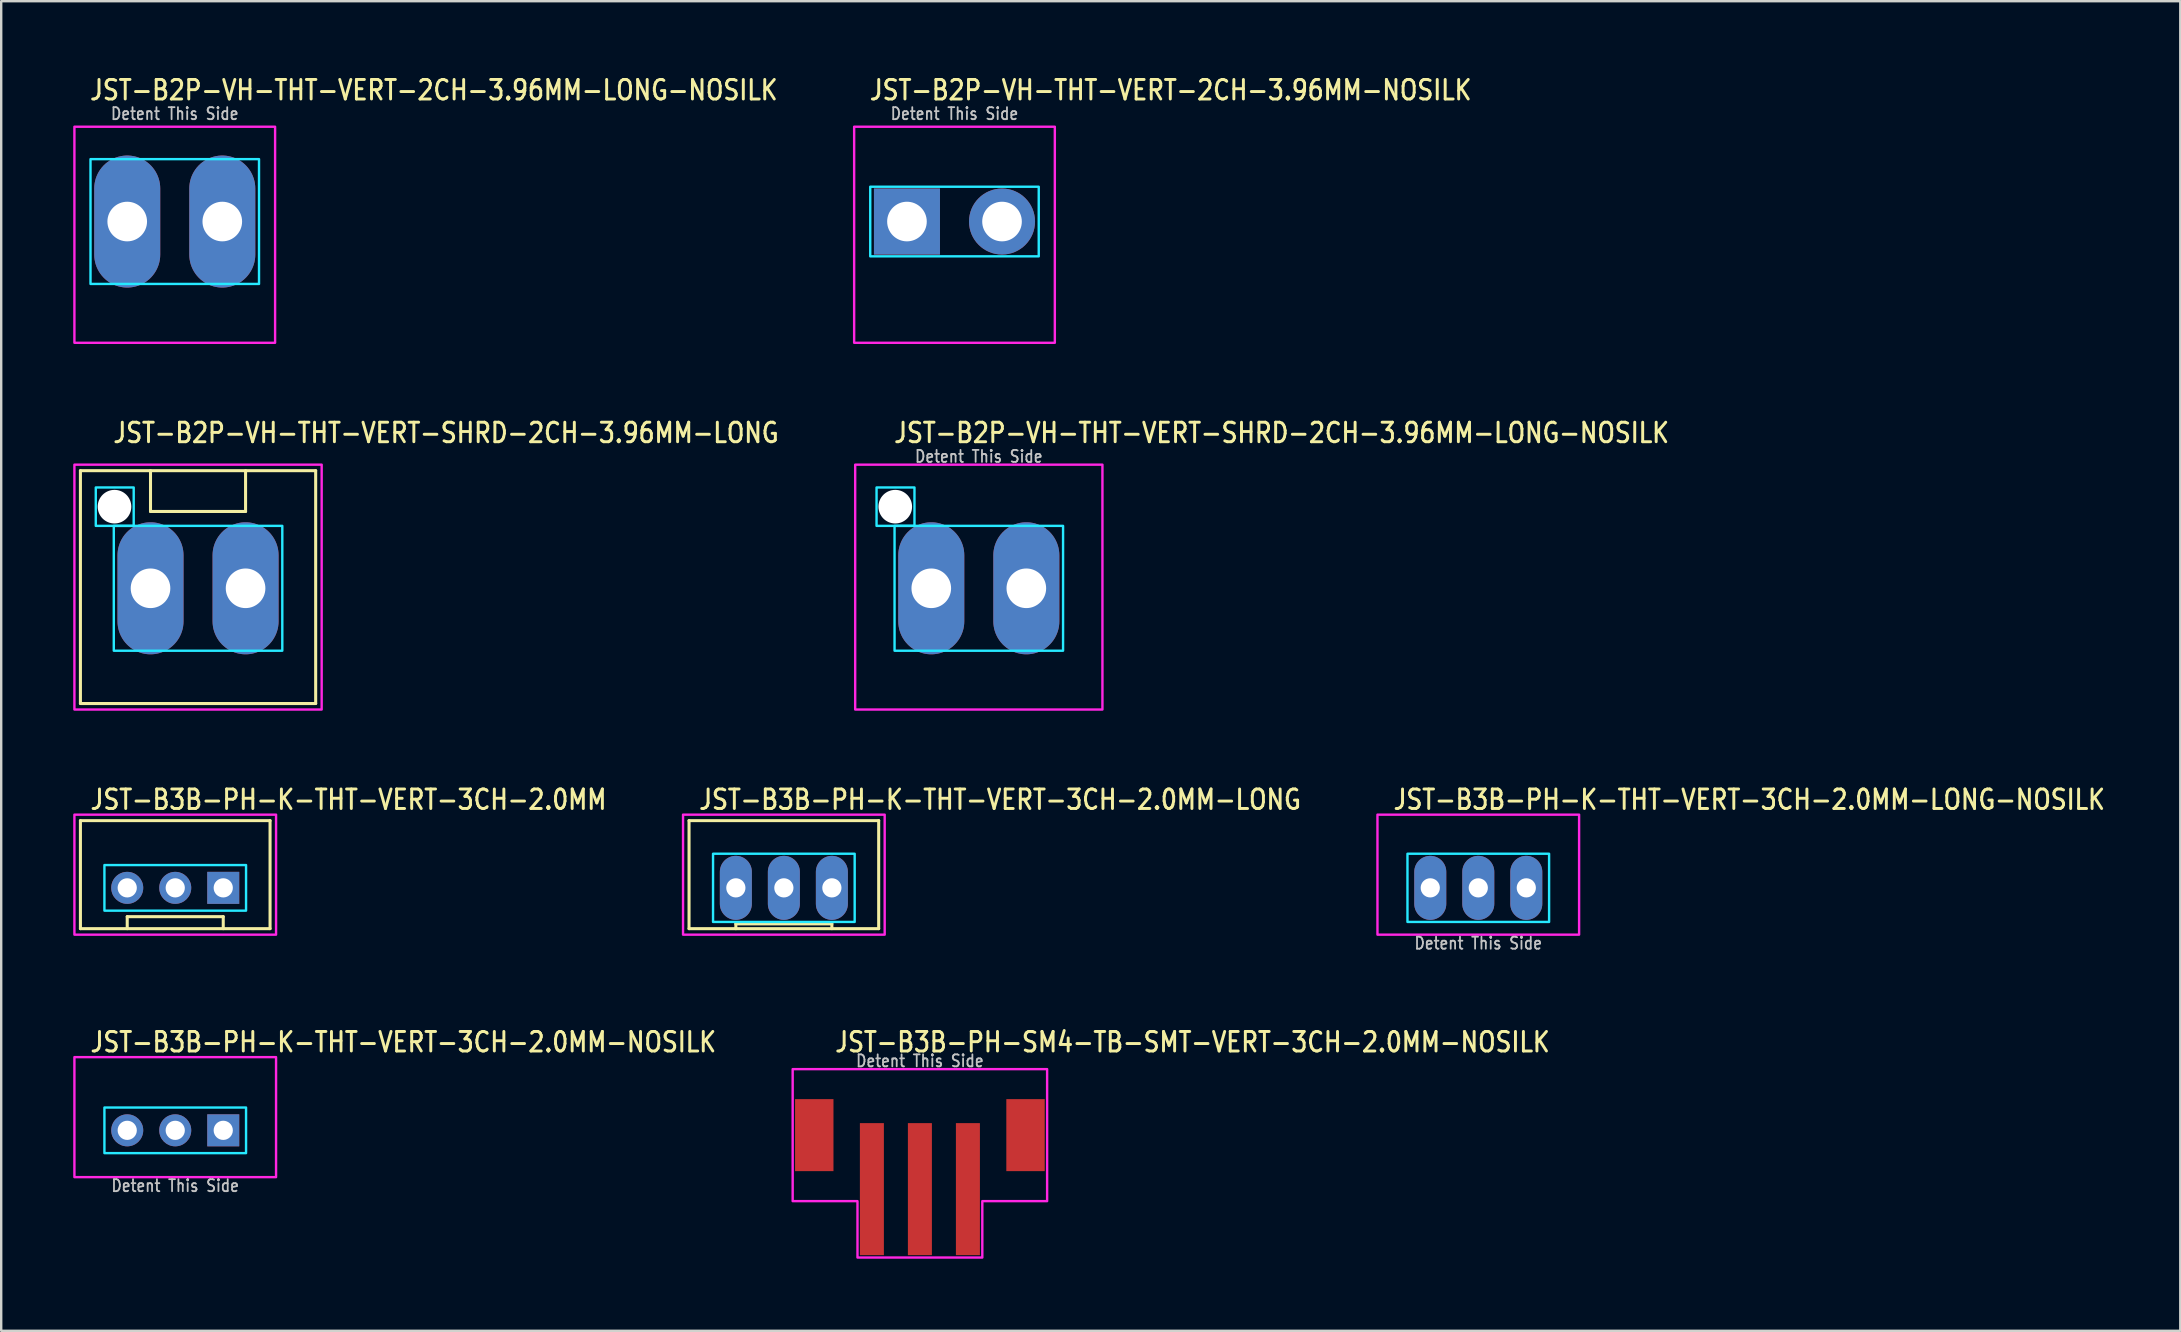
<source format=kicad_pcb>
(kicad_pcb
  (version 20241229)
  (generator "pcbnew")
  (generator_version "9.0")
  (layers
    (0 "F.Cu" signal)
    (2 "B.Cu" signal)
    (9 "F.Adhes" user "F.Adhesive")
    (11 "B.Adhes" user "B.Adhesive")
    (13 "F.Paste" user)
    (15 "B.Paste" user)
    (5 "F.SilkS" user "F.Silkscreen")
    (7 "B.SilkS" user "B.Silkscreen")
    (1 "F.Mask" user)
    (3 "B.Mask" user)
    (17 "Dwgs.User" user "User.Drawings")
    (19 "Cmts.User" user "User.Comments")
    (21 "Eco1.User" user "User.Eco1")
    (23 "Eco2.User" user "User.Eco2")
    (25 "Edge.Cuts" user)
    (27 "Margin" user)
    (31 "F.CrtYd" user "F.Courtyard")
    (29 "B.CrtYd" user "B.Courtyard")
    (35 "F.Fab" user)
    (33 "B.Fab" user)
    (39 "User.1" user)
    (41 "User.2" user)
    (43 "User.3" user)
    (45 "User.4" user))
  (footprint "JST-B3B-PH-K-THT-VERT-3CH-2.0MM-NOSILK"
    (layer "F.Cu")
    (at 4.25 44.037)
    (property "Reference" "JST-B3B-PH-K-THT-VERT-3CH-2.0MM-NOSILK" (at -3.6 -3.2 0) (unlocked yes) (layer "F.SilkS") (effects (font (size 0.813 0.695) (thickness 0.122)) (justify left bottom)))
    (fp_poly (pts (xy -2.95 -0.95) (xy -2.95 0.95) (xy 2.95 0.95) (xy 2.95 -0.95)) (stroke (width 0.1) (type solid)) (fill no) (layer "B.CrtYd"))
    (fp_poly (pts (xy -4.2 1.95) (xy -4.2 -3.05) (xy 4.2 -3.05) (xy 4.2 1.95)) (stroke (width 0.1) (type solid)) (fill no) (layer "F.CrtYd"))
    (fp_text user "Detent This Side" (at 0 2.6 0) (unlocked yes) (layer "Dwgs.User") (effects (font (size 0.5 0.427) (thickness 0.075)) (justify bottom)))
    (pad "P$1" thru_hole rect (at 2 0) (size 1.333 1.333) (drill 0.8) (layers "*.Cu" "*.Mask"))
    (pad "P$2" thru_hole oval (at 0 0) (size 1.333 1.333) (drill 0.8) (layers "*.Cu" "*.Mask"))
    (pad "P$3" thru_hole oval (at -2 0) (size 1.333 1.333) (drill 0.8) (layers "*.Cu" "*.Mask")))
  (footprint "JST-B3B-PH-SM4-TB-SMT-VERT-3CH-2.0MM-NOSILK"
    (layer "F.Cu")
    (at 35.271 44.237)
    (property "Reference" "JST-B3B-PH-SM4-TB-SMT-VERT-3CH-2.0MM-NOSILK" (at -3.6 -3.4 0) (unlocked yes) (layer "F.SilkS") (effects (font (size 0.813 0.695) (thickness 0.122)) (justify left bottom)))
    (fp_poly (pts (xy -5.3 -2.75) (xy -5.3 2.75) (xy -2.6 2.75) (xy -2.6 5.1) (xy 2.6 5.1) (xy 2.6 2.75) (xy 5.3 2.75) (xy 5.3 -2.75)) (stroke (width 0.1) (type solid)) (fill no) (layer "F.CrtYd"))
    (fp_text user "Detent This Side" (at 0 -2.8 0) (unlocked yes) (layer "Dwgs.User") (effects (font (size 0.5 0.427) (thickness 0.075)) (justify bottom)))
    (pad "P$1" smd rect (at -2 2.25) (size 1 5.5) (layers "F.Cu" "F.Mask" "F.Paste"))
    (pad "P$2" smd rect (at 0 2.25) (size 1 5.5) (layers "F.Cu" "F.Mask" "F.Paste"))
    (pad "P$3" smd rect (at 2 2.25) (size 1 5.5) (layers "F.Cu" "F.Mask" "F.Paste"))
    (pad "S$1" smd rect (at -4.4 0) (size 1.6 3) (layers "F.Cu" "F.Mask" "F.Paste"))
    (pad "S$2" smd rect (at 4.4 0) (size 1.6 3) (layers "F.Cu" "F.Mask" "F.Paste")))
  (footprint "JST-B2P-VH-THT-VERT-2CH-3.96MM-NOSILK"
    (layer "F.Cu")
    (at 36.712 6.179)
    (property "Reference" "JST-B2P-VH-THT-VERT-2CH-3.96MM-NOSILK" (at -3.6 -5 0) (unlocked yes) (layer "F.SilkS") (effects (font (size 0.813 0.695) (thickness 0.122)) (justify left bottom)))
    (fp_poly (pts (xy -3.51 -1.45) (xy -3.51 1.45) (xy 3.51 1.45) (xy 3.51 -1.45)) (stroke (width 0.1) (type solid)) (fill no) (layer "B.CrtYd"))
    (fp_poly (pts (xy -4.18 -3.95) (xy -4.18 5.05) (xy 4.18 5.05) (xy 4.18 -3.95)) (stroke (width 0.1) (type solid)) (fill no) (layer "F.CrtYd"))
    (fp_text user "Detent This Side" (at 0 -4.2 0) (unlocked yes) (layer "Dwgs.User") (effects (font (size 0.5 0.427) (thickness 0.075)) (justify bottom)))
    (pad "P$1" thru_hole rect (at -1.98 0) (size 2.75 2.75) (drill 1.65) (layers "*.Cu" "*.Mask"))
    (pad "P$2" thru_hole oval (at 1.98 0) (size 2.75 2.75) (drill 1.65) (layers "*.Cu" "*.Mask")))
  (footprint "JST-B2P-VH-THT-VERT-2CH-3.96MM-LONG-NOSILK"
    (layer "F.Cu")
    (at 4.23 6.179)
    (property "Reference" "JST-B2P-VH-THT-VERT-2CH-3.96MM-LONG-NOSILK" (at -3.6 -5 0) (unlocked yes) (layer "F.SilkS") (effects (font (size 0.813 0.695) (thickness 0.122)) (justify left bottom)))
    (fp_poly (pts (xy -3.51 -2.6) (xy -3.51 2.6) (xy 3.51 2.6) (xy 3.51 -2.6)) (stroke (width 0.1) (type solid)) (fill no) (layer "B.CrtYd"))
    (fp_poly (pts (xy -4.18 -3.95) (xy -4.18 5.05) (xy 4.18 5.05) (xy 4.18 -3.95)) (stroke (width 0.1) (type solid)) (fill no) (layer "F.CrtYd"))
    (fp_text user "Detent This Side" (at 0 -4.2 0) (unlocked yes) (layer "Dwgs.User") (effects (font (size 0.5 0.427) (thickness 0.075)) (justify bottom)))
    (pad "P$1" thru_hole oval (at -1.98 0 90) (size 5.5 2.75) (drill 1.65) (layers "*.Cu" "*.Mask"))
    (pad "P$2" thru_hole oval (at 1.98 0 90) (size 5.5 2.75) (drill 1.65) (layers "*.Cu" "*.Mask")))
  (footprint "JST-B2P-VH-THT-VERT-SHRD-2CH-3.96MM-LONG-NOSILK"
    (layer "F.Cu")
    (at 37.725 21.457)
    (property "Reference" "JST-B2P-VH-THT-VERT-SHRD-2CH-3.96MM-LONG-NOSILK" (at -3.6 -6 0) (unlocked yes) (layer "F.SilkS") (effects (font (size 0.813 0.695) (thickness 0.122)) (justify left bottom)))
    (fp_poly (pts (xy -3.51 -2.6) (xy -3.51 2.6) (xy 3.51 2.6) (xy 3.51 -2.6)) (stroke (width 0.1) (type solid)) (fill no) (layer "B.CrtYd"))
    (fp_poly (pts (xy -2.68 -4.2) (xy -2.68 -2.6) (xy -4.26 -2.6) (xy -4.26 -4.2)) (stroke (width 0.1) (type solid)) (fill no) (layer "B.CrtYd"))
    (fp_poly (pts (xy -5.15 -5.15) (xy -5.15 5.05) (xy 5.15 5.05) (xy 5.15 -5.15)) (stroke (width 0.1) (type solid)) (fill no) (layer "F.CrtYd"))
    (fp_text user "Detent This Side" (at 0 -5.2 0) (unlocked yes) (layer "Dwgs.User") (effects (font (size 0.5 0.427) (thickness 0.075)) (justify bottom)))
    (pad "" np_thru_hole circle (at -3.48 -3.4) (size 1.4 1.4) (drill 1.4) (layers "*.Cu" "*.Mask"))
    (pad "P$1" thru_hole oval (at -1.98 0 90) (size 5.5 2.75) (drill 1.65) (layers "*.Cu" "*.Mask"))
    (pad "P$2" thru_hole oval (at 1.98 0 90) (size 5.5 2.75) (drill 1.65) (layers "*.Cu" "*.Mask")))
  (footprint "JST-B3B-PH-K-THT-VERT-3CH-2.0MM-LONG"
    (layer "F.Cu")
    (at 29.604 33.936)
    (property "Reference" "JST-B3B-PH-K-THT-VERT-3CH-2.0MM-LONG" (at -3.6 -3.2 0) (unlocked yes) (layer "F.SilkS") (effects (font (size 0.813 0.695) (thickness 0.122)) (justify left bottom)))
    (fp_line (start -3.95 -2.8) (end -3.95 1.7) (stroke (width 0.127) (type solid)) (layer "F.SilkS"))
    (fp_line (start -3.95 -2.8) (end 3.95 -2.8) (stroke (width 0.127) (type solid)) (layer "F.SilkS"))
    (fp_line (start -3.95 1.7) (end 3.95 1.7) (stroke (width 0.127) (type solid)) (layer "F.SilkS"))
    (fp_line (start -2 1.7) (end -2 1.5) (stroke (width 0.127) (type solid)) (layer "F.SilkS"))
    (fp_line (start 2 1.5) (end -2 1.5) (stroke (width 0.127) (type solid)) (layer "F.SilkS"))
    (fp_line (start 2 1.7) (end 2 1.5) (stroke (width 0.127) (type solid)) (layer "F.SilkS"))
    (fp_line (start 3.95 1.7) (end 3.95 -2.8) (stroke (width 0.127) (type solid)) (layer "F.SilkS"))
    (fp_poly (pts (xy -2.95 -1.42) (xy -2.95 1.42) (xy 2.95 1.42) (xy 2.95 -1.42)) (stroke (width 0.1) (type solid)) (fill no) (layer "B.CrtYd"))
    (fp_poly (pts (xy -4.2 1.95) (xy -4.2 -3.05) (xy 4.2 -3.05) (xy 4.2 1.95)) (stroke (width 0.1) (type solid)) (fill no) (layer "F.CrtYd"))
    (pad "P$1" thru_hole oval (at 2 0 90) (size 2.667 1.333) (drill 0.8) (layers "*.Cu" "*.Mask"))
    (pad "P$2" thru_hole oval (at 0 0 90) (size 2.667 1.333) (drill 0.8) (layers "*.Cu" "*.Mask"))
    (pad "P$3" thru_hole oval (at -2 0 90) (size 2.667 1.333) (drill 0.8) (layers "*.Cu" "*.Mask")))
  (footprint "JST-B2P-VH-THT-VERT-SHRD-2CH-3.96MM-LONG"
    (layer "F.Cu")
    (at 5.2 21.457)
    (property "Reference" "JST-B2P-VH-THT-VERT-SHRD-2CH-3.96MM-LONG" (at -3.6 -6 0) (unlocked yes) (layer "F.SilkS") (effects (font (size 0.813 0.695) (thickness 0.122)) (justify left bottom)))
    (fp_line (start -4.9 -4.9) (end 4.9 -4.9) (stroke (width 0.127) (type solid)) (layer "F.SilkS"))
    (fp_line (start -4.9 4.8) (end -4.9 -4.9) (stroke (width 0.127) (type solid)) (layer "F.SilkS"))
    (fp_line (start -4.9 4.8) (end 4.9 4.8) (stroke (width 0.127) (type solid)) (layer "F.SilkS"))
    (fp_line (start -1.98 -4.9) (end -1.98 -3.2) (stroke (width 0.127) (type solid)) (layer "F.SilkS"))
    (fp_line (start -1.98 -3.2) (end 1.98 -3.2) (stroke (width 0.127) (type solid)) (layer "F.SilkS"))
    (fp_line (start 1.98 -4.9) (end 1.98 -3.2) (stroke (width 0.127) (type solid)) (layer "F.SilkS"))
    (fp_line (start 4.9 -4.9) (end 4.9 4.8) (stroke (width 0.127) (type solid)) (layer "F.SilkS"))
    (fp_poly (pts (xy -3.51 -2.6) (xy -3.51 2.6) (xy 3.51 2.6) (xy 3.51 -2.6)) (stroke (width 0.1) (type solid)) (fill no) (layer "B.CrtYd"))
    (fp_poly (pts (xy -2.68 -4.2) (xy -2.68 -2.6) (xy -4.26 -2.6) (xy -4.26 -4.2)) (stroke (width 0.1) (type solid)) (fill no) (layer "B.CrtYd"))
    (fp_poly (pts (xy -5.15 -5.15) (xy -5.15 5.05) (xy 5.15 5.05) (xy 5.15 -5.15)) (stroke (width 0.1) (type solid)) (fill no) (layer "F.CrtYd"))
    (pad "" np_thru_hole circle (at -3.48 -3.4) (size 1.4 1.4) (drill 1.4) (layers "*.Cu" "*.Mask"))
    (pad "P$1" thru_hole oval (at -1.98 0 90) (size 5.5 2.75) (drill 1.65) (layers "*.Cu" "*.Mask"))
    (pad "P$2" thru_hole oval (at 1.98 0 90) (size 5.5 2.75) (drill 1.65) (layers "*.Cu" "*.Mask")))
  (footprint "JST-B3B-PH-K-THT-VERT-3CH-2.0MM-LONG-NOSILK"
    (layer "F.Cu")
    (at 58.532 33.936)
    (property "Reference" "JST-B3B-PH-K-THT-VERT-3CH-2.0MM-LONG-NOSILK" (at -3.6 -3.2 0) (unlocked yes) (layer "F.SilkS") (effects (font (size 0.813 0.695) (thickness 0.122)) (justify left bottom)))
    (fp_poly (pts (xy -2.95 -1.42) (xy -2.95 1.42) (xy 2.95 1.42) (xy 2.95 -1.42)) (stroke (width 0.1) (type solid)) (fill no) (layer "B.CrtYd"))
    (fp_poly (pts (xy -4.2 1.95) (xy -4.2 -3.05) (xy 4.2 -3.05) (xy 4.2 1.95)) (stroke (width 0.1) (type solid)) (fill no) (layer "F.CrtYd"))
    (fp_text user "Detent This Side" (at 0 2.6 0) (unlocked yes) (layer "Dwgs.User") (effects (font (size 0.5 0.427) (thickness 0.075)) (justify bottom)))
    (pad "P$1" thru_hole oval (at 2 0 90) (size 2.667 1.333) (drill 0.8) (layers "*.Cu" "*.Mask"))
    (pad "P$2" thru_hole oval (at 0 0 90) (size 2.667 1.333) (drill 0.8) (layers "*.Cu" "*.Mask"))
    (pad "P$3" thru_hole oval (at -2 0 90) (size 2.667 1.333) (drill 0.8) (layers "*.Cu" "*.Mask")))
  (footprint "JST-B3B-PH-K-THT-VERT-3CH-2.0MM"
    (layer "F.Cu")
    (at 4.25 33.936)
    (property "Reference" "JST-B3B-PH-K-THT-VERT-3CH-2.0MM" (at -3.6 -3.2 0) (unlocked yes) (layer "F.SilkS") (effects (font (size 0.813 0.695) (thickness 0.122)) (justify left bottom)))
    (fp_line (start -3.95 -2.8) (end -3.95 1.7) (stroke (width 0.127) (type solid)) (layer "F.SilkS"))
    (fp_line (start -3.95 -2.8) (end 3.95 -2.8) (stroke (width 0.127) (type solid)) (layer "F.SilkS"))
    (fp_line (start -3.95 1.7) (end 3.95 1.7) (stroke (width 0.127) (type solid)) (layer "F.SilkS"))
    (fp_line (start -2 1.7) (end -2 1.2) (stroke (width 0.127) (type solid)) (layer "F.SilkS"))
    (fp_line (start 2 1.2) (end -2 1.2) (stroke (width 0.127) (type solid)) (layer "F.SilkS"))
    (fp_line (start 2 1.7) (end 2 1.2) (stroke (width 0.127) (type solid)) (layer "F.SilkS"))
    (fp_line (start 3.95 1.7) (end 3.95 -2.8) (stroke (width 0.127) (type solid)) (layer "F.SilkS"))
    (fp_poly (pts (xy -2.95 -0.95) (xy -2.95 0.95) (xy 2.95 0.95) (xy 2.95 -0.95)) (stroke (width 0.1) (type solid)) (fill no) (layer "B.CrtYd"))
    (fp_poly (pts (xy -4.2 1.95) (xy -4.2 -3.05) (xy 4.2 -3.05) (xy 4.2 1.95)) (stroke (width 0.1) (type solid)) (fill no) (layer "F.CrtYd"))
    (pad "P$1" thru_hole rect (at 2 0) (size 1.333 1.333) (drill 0.8) (layers "*.Cu" "*.Mask"))
    (pad "P$2" thru_hole oval (at 0 0) (size 1.333 1.333) (drill 0.8) (layers "*.Cu" "*.Mask"))
    (pad "P$3" thru_hole oval (at -2 0) (size 1.333 1.333) (drill 0.8) (layers "*.Cu" "*.Mask")))
  (gr_rect
    (start -3 -3)
    (end 87.776 52.387)
    (stroke (width 0.1) (type default))
    (fill no)
    (layer "Edge.Cuts")))
</source>
